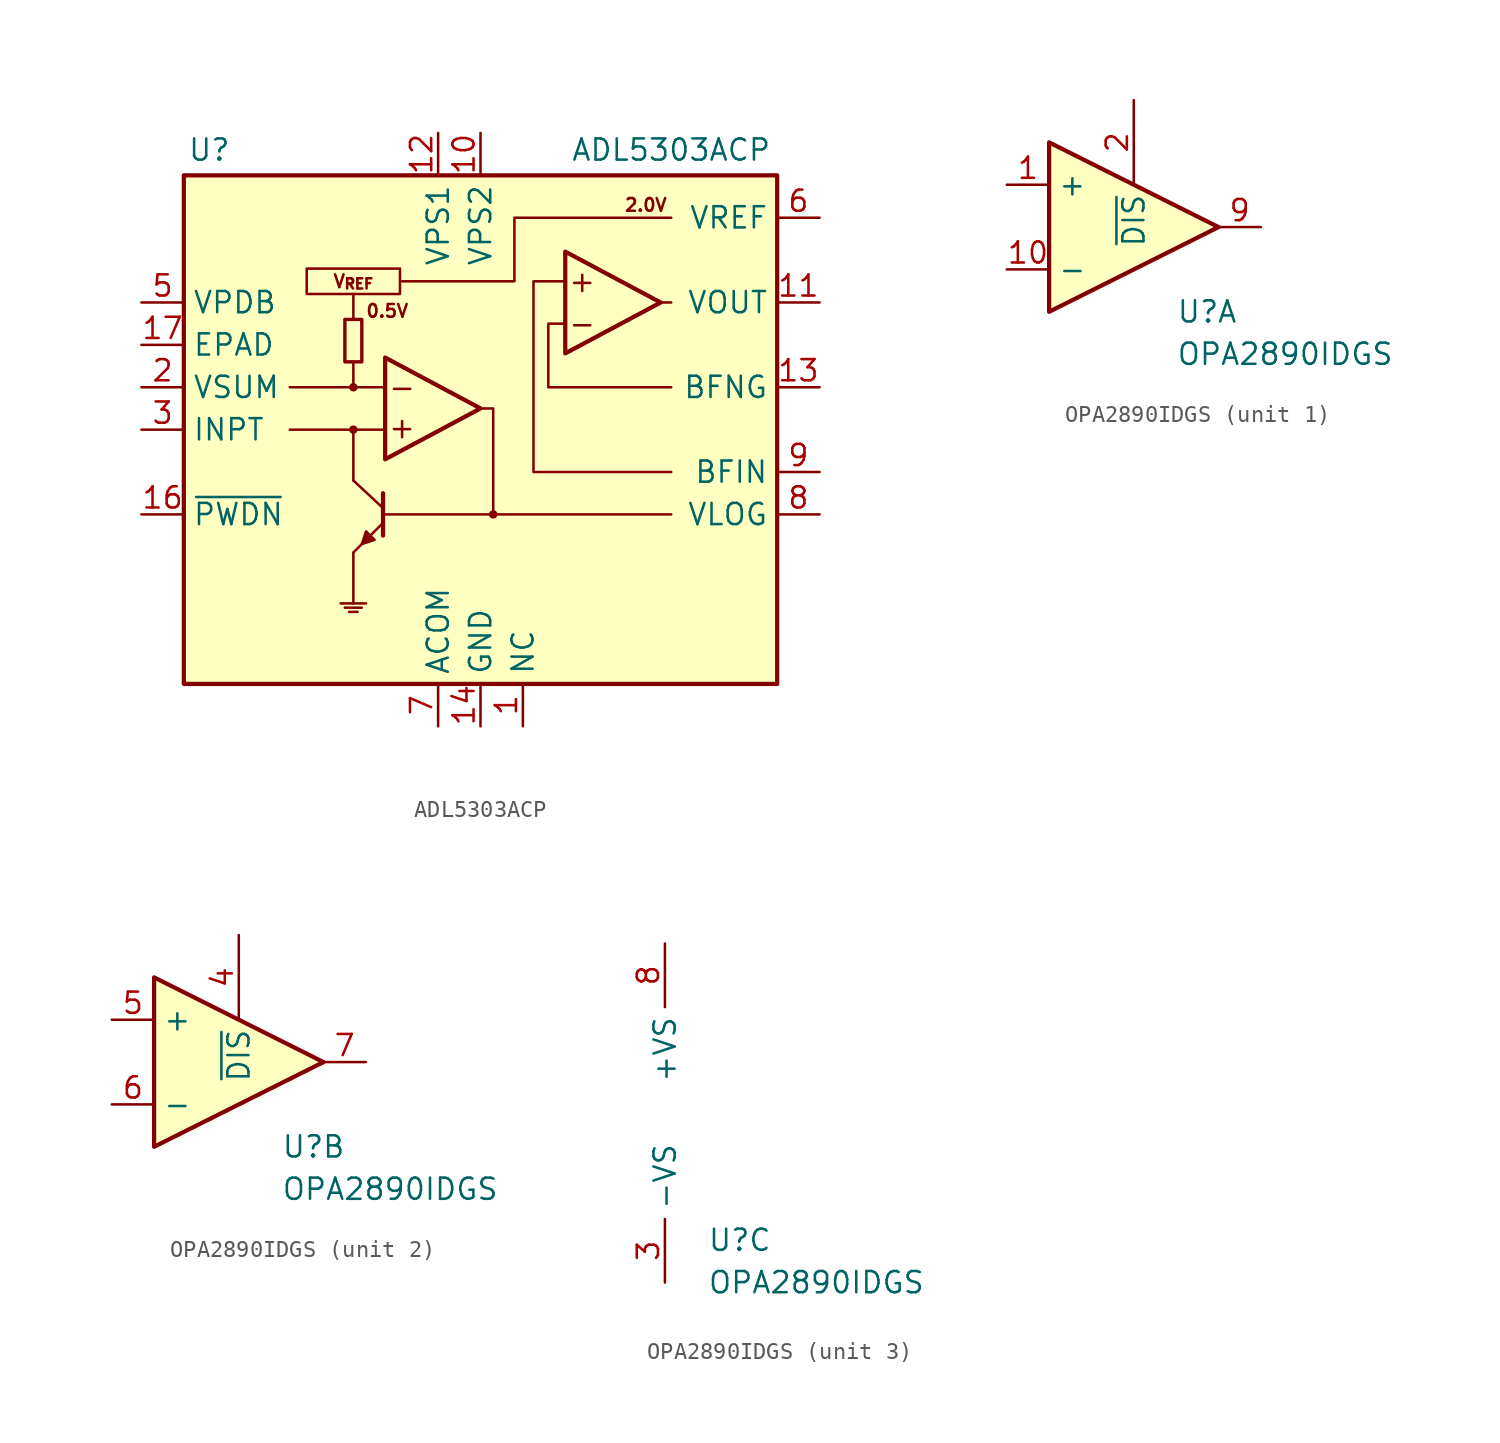
<source format=kicad_sym>
(kicad_symbol_lib
  (version 20241209)
  (generator "kicad_symbol_editor")
  (generator_version "9.0")
  (symbol "ADL5303ACP"
    (property "Reference" "U"
      (at -16.256 16.764 0)
      (effects (font (size 1.27 1.27))))
    (property "Value" "ADL5303ACP"
      (at 11.43 16.764 0)
      (effects (font (size 1.27 1.27))))
    (symbol "ADL5303ACP_0_0"
      (pin input line (at -20.32 0 0) (length 2.54) (name "INPT" (effects (font (size 1.27 1.27)))) (number "3" (effects (font (size 1.27 1.27)))))
      (pin power_in line (at -2.54 -17.78 90) (length 2.54) (name "ACOM" (effects (font (size 1.27 1.27)))) (number "7" (effects (font (size 1.27 1.27)))))
      (pin power_in line (at 0 -17.78 90) (length 2.54) (name "GND" (effects (font (size 1.27 1.27)))) (number "14" (effects (font (size 1.27 1.27)))))
      (pin output line (at 20.32 12.7 180) (length 2.54) (name "VREF" (effects (font (size 1.27 1.27)))) (number "6" (effects (font (size 1.27 1.27)))))
      (pin output line (at 20.32 7.62 180) (length 2.54) (name "VOUT" (effects (font (size 1.27 1.27)))) (number "11" (effects (font (size 1.27 1.27)))))
      (pin input line (at 20.32 2.54 180) (length 2.54) (name "BFNG" (effects (font (size 1.27 1.27)))) (number "13" (effects (font (size 1.27 1.27)))))
      (pin output line (at 20.32 -5.08 180) (length 2.54) (name "VLOG" (effects (font (size 1.27 1.27)))) (number "8" (effects (font (size 1.27 1.27))))))
    (symbol "ADL5303ACP_0_1"
      (rectangle (start -8.128 6.604) (end -7.112 4.064) (stroke (width 0.203) (type default)) (fill (type none)))
      (polyline (pts (xy -7.62 0) (xy -7.62 -3.048)) (stroke (width 0) (type default)) (fill (type none)))
      (polyline (pts (xy -6.35 -6.604) (xy -6.858 -6.096) (xy -7.112 -6.858) (xy -6.35 -6.604) (xy -6.604 -6.604)) (stroke (width 0) (type default)) (fill (type outline)))
      (polyline (pts (xy -5.842 -3.81) (xy -5.842 -6.35)) (stroke (width 0.254) (type default)) (fill (type none)))
      (polyline (pts (xy -5.842 -4.699) (xy -7.62 -3.048)) (stroke (width 0) (type default)) (fill (type none)))
      (polyline (pts (xy -5.842 -5.08) (xy 0.762 -5.08) (xy 0.762 1.27) (xy 0 1.27)) (stroke (width 0) (type default)) (fill (type none)))
      (polyline (pts (xy -5.842 -5.588) (xy -7.62 -7.366)) (stroke (width 0) (type default)) (fill (type none))))
    (symbol "ADL5303ACP_1_0"
      (pin output line (at -20.32 7.62 0) (length 2.54) (name "VPDB" (effects (font (size 1.27 1.27)))) (number "5" (effects (font (size 1.27 1.27)))))
      (pin passive line (at -20.32 5.08 0) (length 2.54) (name "EPAD" (effects (font (size 1.27 1.27)))) (number "17" (effects (font (size 1.27 1.27)))))
      (pin output line (at -20.32 2.54 0) (length 2.54) (name "VSUM" (effects (font (size 1.27 1.27)))) (number "2" (effects (font (size 1.27 1.27)))))
      (pin passive line (at -20.32 2.54 0) (length 2.54) (hide yes) (name "VSUM" (effects (font (size 1.27 1.27)))) (number "4" (effects (font (size 1.27 1.27)))))
      (pin input line (at -20.32 -5.08 0) (length 2.54) (name "~{PWDN}" (effects (font (size 1.27 1.27)))) (number "16" (effects (font (size 1.27 1.27)))))
      (pin power_in line (at -2.54 17.78 270) (length 2.54) (name "VPS1" (effects (font (size 1.27 1.27)))) (number "12" (effects (font (size 1.27 1.27)))))
      (pin power_in line (at 0 17.78 270) (length 2.54) (name "VPS2" (effects (font (size 1.27 1.27)))) (number "10" (effects (font (size 1.27 1.27)))))
      (pin passive line (at 0 -17.78 90) (length 2.54) (hide yes) (name "GND" (effects (font (size 1.27 1.27)))) (number "15" (effects (font (size 1.27 1.27)))))
      (pin passive line (at 2.54 -17.78 90) (length 2.54) (name "NC" (effects (font (size 1.27 1.27)))) (number "1" (effects (font (size 1.27 1.27)))))
      (pin input line (at 20.32 -2.54 180) (length 2.54) (name "BFIN" (effects (font (size 1.27 1.27)))) (number "9" (effects (font (size 1.27 1.27))))))
    (symbol "ADL5303ACP_1_1"
      (rectangle (start -17.78 15.24) (end 17.78 -15.24) (stroke (width 0.254) (type default)) (fill (type background)))
      (polyline (pts (xy -8.382 -10.414) (xy -6.858 -10.414)) (stroke (width 0) (type default)) (fill (type none)))
      (polyline (pts (xy -8.128 -10.668) (xy -7.112 -10.668)) (stroke (width 0) (type default)) (fill (type none)))
      (polyline (pts (xy -7.874 -10.922) (xy -7.366 -10.922)) (stroke (width 0) (type default)) (fill (type none)))
      (polyline (pts (xy -7.62 8.128) (xy -7.62 6.604)) (stroke (width 0) (type default)) (fill (type none)))
      (polyline (pts (xy -7.62 4.064) (xy -7.62 2.54)) (stroke (width 0) (type default)) (fill (type none)))
      (circle (center -7.62 2.54) (radius 0.18) (stroke (width 0) (type default)) (fill (type outline)))
      (circle (center -7.62 0) (radius 0.18) (stroke (width 0) (type default)) (fill (type outline)))
      (polyline (pts (xy -7.62 -7.366) (xy -7.62 -10.414)) (stroke (width 0) (type default)) (fill (type none)))
      (polyline (pts (xy -5.842 2.54) (xy -11.43 2.54)) (stroke (width 0) (type default)) (fill (type none)))
      (polyline (pts (xy -5.715 0) (xy -11.43 0)) (stroke (width 0) (type default)) (fill (type none)))
      (polyline (pts (xy -5.715 -1.778) (xy -5.715 4.318) (xy 0 1.27) (xy -5.715 -1.778)) (stroke (width 0.254) (type default)) (fill (type none)))
      (rectangle (start -4.826 8.128) (end -10.414 9.652) (stroke (width 0) (type default)) (fill (type none)))
      (polyline (pts (xy 0.762 -5.08) (xy 11.43 -5.08)) (stroke (width 0) (type default)) (fill (type none)))
      (circle (center 0.762 -5.08) (radius 0.18) (stroke (width 0) (type default)) (fill (type outline)))
      (polyline (pts (xy 5.08 10.668) (xy 5.08 4.572) (xy 10.795 7.62) (xy 5.08 10.668)) (stroke (width 0.254) (type default)) (fill (type none)))
      (polyline (pts (xy 10.668 7.62) (xy 11.43 7.62)) (stroke (width 0) (type default)) (fill (type none)))
      (polyline (pts (xy 11.43 12.7) (xy 2.032 12.7) (xy 2.032 8.89) (xy -4.699 8.89)) (stroke (width 0) (type default)) (fill (type none)))
      (polyline (pts (xy 11.43 2.54) (xy 4.064 2.54) (xy 4.064 6.35) (xy 5.08 6.35)) (stroke (width 0) (type default)) (fill (type none)))
      (polyline (pts (xy 11.43 -2.54) (xy 3.175 -2.54) (xy 3.175 8.89) (xy 5.08 8.89)) (stroke (width 0) (type default)) (fill (type none)))
      (text "V_{REF}" (at -7.62 8.89 0) (effects (font (size 0.762 0.762))))
      (text "0.5V" (at -5.588 7.112 0) (effects (font (size 0.762 0.762))))
      (text "-" (at -4.699 2.54 0) (effects (font (size 1.27 1.27))))
      (text "+" (at -4.699 0.127 0) (effects (font (size 1.27 1.27))))
      (text "+" (at 6.096 8.89 0) (effects (font (size 1.27 1.27))))
      (text "-" (at 6.096 6.35 0) (effects (font (size 1.27 1.27))))
      (text "2.0V" (at 9.906 13.462 0) (effects (font (size 0.762 0.762))))))
  (symbol "OPA2890IDGS"
    (property "Reference" "U"
      (at 2.54 -7.62 0)
      (effects (font (size 1.27 1.27)) (justify left)))
    (property "Value" "OPA2890IDGS"
      (at 2.54 -10.16 0)
      (effects (font (size 1.27 1.27)) (justify left)))
    (property "ki_locked" ""
      (at 0 0 0)
      (effects (font (size 1.27 1.27))))
    (symbol "OPA2890IDGS_1_1"
      (polyline (pts (xy -5.08 2.54) (xy 5.08 -2.54) (xy -5.08 -7.62) (xy -5.08 2.54)) (stroke (width 0.254) (type default)) (fill (type background)))
      (pin input line (at -7.62 0 0) (length 2.54) (name "+" (effects (font (size 1.27 1.27)))) (number "1" (effects (font (size 1.27 1.27)))))
      (pin input line (at -7.62 -5.08 0) (length 2.54) (name "-" (effects (font (size 1.27 1.27)))) (number "10" (effects (font (size 1.27 1.27)))))
      (pin input line (at 0 5.08 270) (length 5.08) (name "~{DIS}" (effects (font (size 1.27 1.27)))) (number "2" (effects (font (size 1.27 1.27)))))
      (pin output line (at 7.62 -2.54 180) (length 2.54) (name "~" (effects (font (size 1.27 1.27)))) (number "9" (effects (font (size 1.27 1.27))))))
    (symbol "OPA2890IDGS_2_1"
      (polyline (pts (xy -5.08 2.54) (xy 5.08 -2.54) (xy -5.08 -7.62) (xy -5.08 2.54)) (stroke (width 0.254) (type default)) (fill (type background)))
      (pin input line (at -7.62 0 0) (length 2.54) (name "+" (effects (font (size 1.27 1.27)))) (number "5" (effects (font (size 1.27 1.27)))))
      (pin input line (at -7.62 -5.08 0) (length 2.54) (name "-" (effects (font (size 1.27 1.27)))) (number "6" (effects (font (size 1.27 1.27)))))
      (pin input line (at 0 5.08 270) (length 5.08) (name "~{DIS}" (effects (font (size 1.27 1.27)))) (number "4" (effects (font (size 1.27 1.27)))))
      (pin output line (at 7.62 -2.54 180) (length 2.54) (name "~" (effects (font (size 1.27 1.27)))) (number "7" (effects (font (size 1.27 1.27))))))
    (symbol "OPA2890IDGS_3_1"
      (pin power_in line (at 0 10.16 270) (length 3.81) (name "+VS" (effects (font (size 1.27 1.27)))) (number "8" (effects (font (size 1.27 1.27)))))
      (pin power_in line (at 0 -10.16 90) (length 3.81) (name "-VS" (effects (font (size 1.27 1.27)))) (number "3" (effects (font (size 1.27 1.27))))))))
</source>
